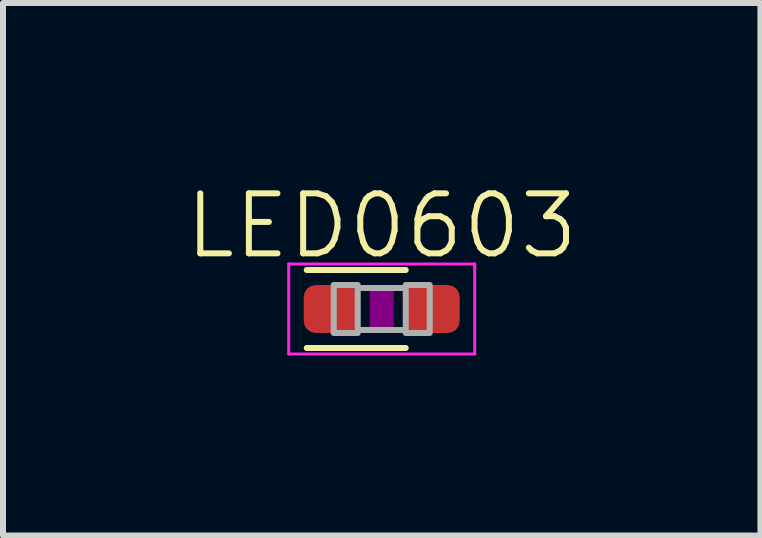
<source format=kicad_pcb>
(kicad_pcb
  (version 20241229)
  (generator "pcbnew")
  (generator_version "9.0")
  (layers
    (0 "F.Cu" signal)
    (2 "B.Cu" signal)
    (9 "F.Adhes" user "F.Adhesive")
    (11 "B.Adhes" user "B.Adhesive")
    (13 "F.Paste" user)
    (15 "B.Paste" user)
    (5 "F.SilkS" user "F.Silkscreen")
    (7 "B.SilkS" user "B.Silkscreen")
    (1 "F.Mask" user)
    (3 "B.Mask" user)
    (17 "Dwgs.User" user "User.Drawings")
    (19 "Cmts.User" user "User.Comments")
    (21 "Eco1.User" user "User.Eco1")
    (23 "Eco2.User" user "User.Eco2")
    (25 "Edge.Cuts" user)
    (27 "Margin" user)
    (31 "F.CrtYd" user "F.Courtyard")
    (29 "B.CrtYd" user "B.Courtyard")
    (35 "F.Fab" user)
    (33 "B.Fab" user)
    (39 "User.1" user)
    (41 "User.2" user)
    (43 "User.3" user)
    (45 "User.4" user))
  (footprint "LED0603"
    (layer "F.Cu")
    (at 3.312 2.1)
    (property "Reference" "LED0603" (at 0 -0.8 0) (layer "F.SilkS") (effects (font (size 1 1) (thickness 0.1)) (justify bottom)))
    (attr smd)
    (fp_line (start 0.4 -0.65) (end -1.25 -0.65) (stroke (width 0.1) (type solid)) (layer "F.SilkS"))
    (fp_line (start 0.4 0.65) (end -1.25 0.65) (stroke (width 0.1) (type solid)) (layer "F.SilkS"))
    (fp_poly (pts (xy -0.2 0.4) (xy 0.2 0.4) (xy 0.2 -0.4) (xy -0.2 -0.4)) (stroke (width 0) (type solid)) (fill yes) (layer "F.Adhes"))
    (fp_line (start -1.55 -0.75) (end 1.55 -0.75) (stroke (width 0.05) (type solid)) (layer "F.CrtYd"))
    (fp_line (start -1.55 0.75) (end -1.55 -0.75) (stroke (width 0.05) (type solid)) (layer "F.CrtYd"))
    (fp_line (start 1.55 -0.75) (end 1.55 0.75) (stroke (width 0.05) (type solid)) (layer "F.CrtYd"))
    (fp_line (start 1.55 0.75) (end -1.55 0.75) (stroke (width 0.05) (type solid)) (layer "F.CrtYd"))
    (fp_line (start -0.4 0.35) (end 0.4 0.35) (stroke (width 0.1) (type solid)) (layer "F.Fab"))
    (fp_line (start 0.4 -0.35) (end -0.4 -0.35) (stroke (width 0.1) (type solid)) (layer "F.Fab"))
    (fp_poly (pts (xy -0.8 0.4) (xy -0.4 0.4) (xy -0.4 -0.4) (xy -0.8 -0.4)) (stroke (width 0.1) (type solid)) (fill no) (layer "F.Fab"))
    (fp_poly (pts (xy 0.4 0.4) (xy 0.8 0.4) (xy 0.8 -0.4) (xy 0.4 -0.4)) (stroke (width 0.1) (type solid)) (fill no) (layer "F.Fab"))
    (pad "1" smd roundrect (at -0.85 0) (size 0.9 0.8) (layers "F.Cu" "F.Mask" "F.Paste") (roundrect_rratio 0.25))
    (pad "2" smd roundrect (at 0.85 0) (size 0.9 0.8) (layers "F.Cu" "F.Mask" "F.Paste") (roundrect_rratio 0.25)))
  (gr_rect
    (start -3 -3)
    (end 9.624 5.875)
    (stroke (width 0.1) (type default))
    (fill no)
    (layer "Edge.Cuts")))
</source>
